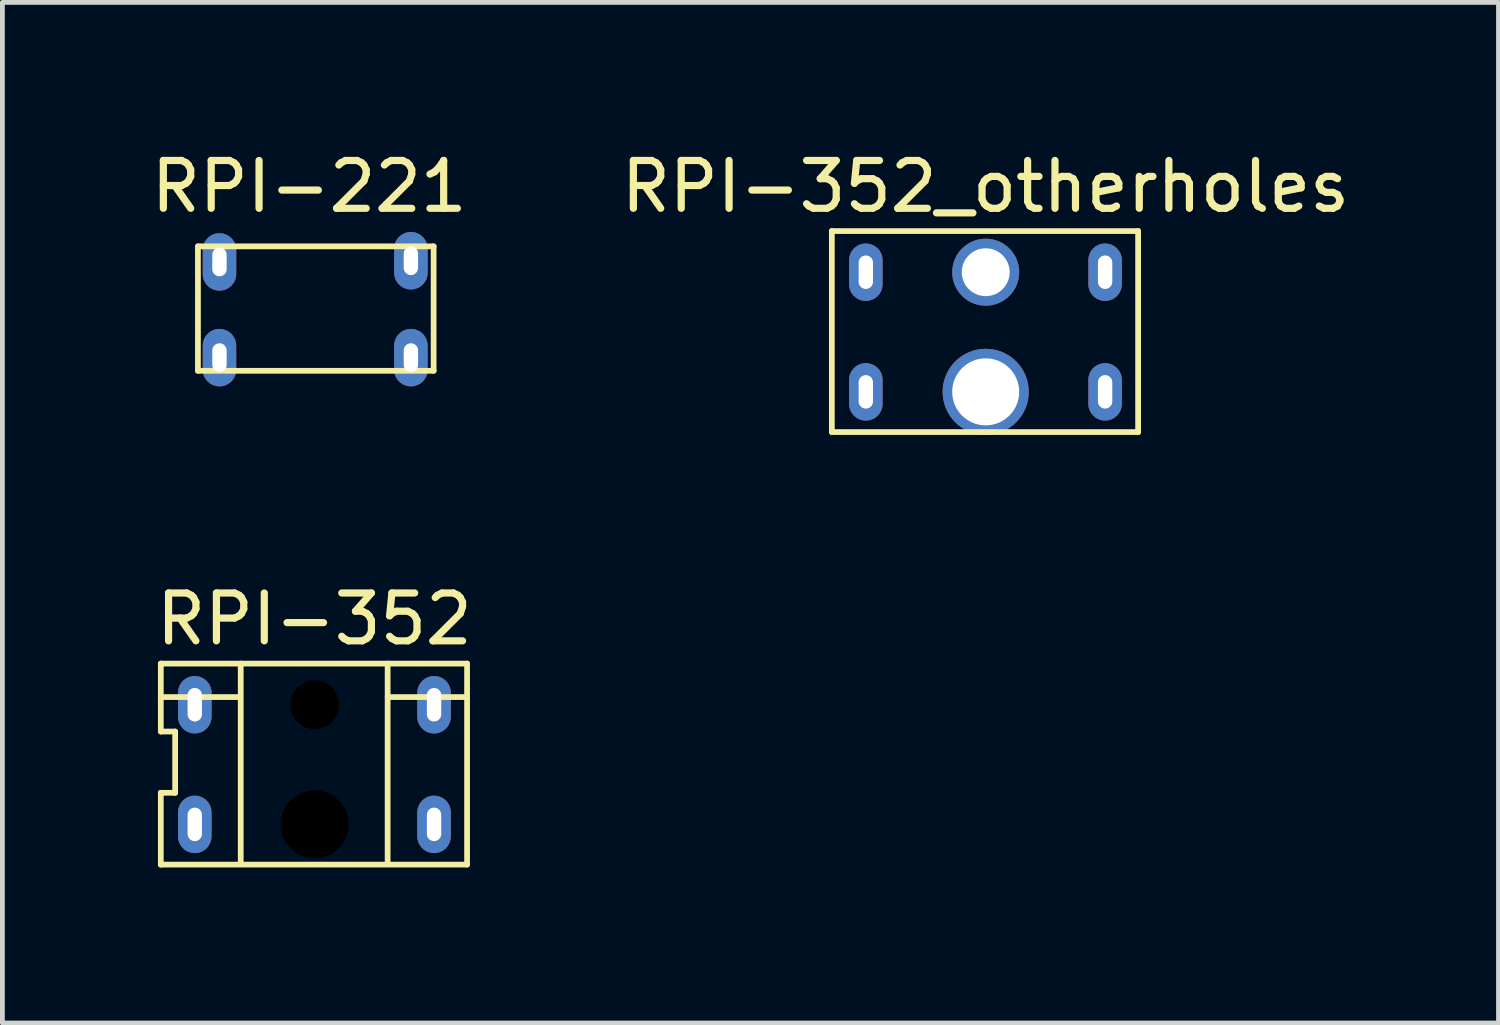
<source format=kicad_pcb>
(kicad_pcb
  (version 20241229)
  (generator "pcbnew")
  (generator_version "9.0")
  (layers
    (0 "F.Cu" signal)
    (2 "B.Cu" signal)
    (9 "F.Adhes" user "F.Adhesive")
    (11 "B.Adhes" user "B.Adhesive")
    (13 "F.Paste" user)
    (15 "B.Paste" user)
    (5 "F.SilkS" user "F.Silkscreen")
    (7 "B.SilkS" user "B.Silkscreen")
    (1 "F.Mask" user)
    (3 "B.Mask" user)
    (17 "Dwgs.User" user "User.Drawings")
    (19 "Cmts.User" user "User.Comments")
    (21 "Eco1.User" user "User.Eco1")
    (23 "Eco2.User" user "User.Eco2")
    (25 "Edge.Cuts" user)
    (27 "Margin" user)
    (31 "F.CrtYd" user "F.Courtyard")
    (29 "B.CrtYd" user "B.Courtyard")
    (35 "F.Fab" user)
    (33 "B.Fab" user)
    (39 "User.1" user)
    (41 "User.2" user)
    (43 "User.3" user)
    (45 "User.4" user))
  (footprint "RPI-221"
    (layer "F.Cu")
    (at 0.936 5.248)
    (property "Reference" "RPI-221" (at 2.475 -4.4 0) (unlocked yes) (layer "F.SilkS") (effects (font (size 1 1) (thickness 0.15))))
    (attr through_hole)
    (fp_line (start 0.15 -3.15) (end 5.075 -3.15) (stroke (width 0.12) (type solid)) (layer "F.SilkS"))
    (fp_line (start 0.15 -0.55) (end 0.15 -3.15) (stroke (width 0.12) (type solid)) (layer "F.SilkS"))
    (fp_line (start 5.075 -3.15) (end 5.075 -0.55) (stroke (width 0.12) (type solid)) (layer "F.SilkS"))
    (fp_line (start 5.075 -0.55) (end 0.15 -0.55) (stroke (width 0.12) (type solid)) (layer "F.SilkS"))
    (pad "1" thru_hole oval (at 0.6 -2.825) (size 0.7 1.2) (drill oval 0.3 0.6) (layers "*.Cu" "*.Mask"))
    (pad "2" thru_hole oval (at 0.6 -0.825) (size 0.7 1.2) (drill oval 0.3 0.6) (layers "*.Cu" "*.Mask"))
    (pad "3" thru_hole oval (at 4.6 -0.825) (size 0.7 1.2) (drill oval 0.3 0.6) (layers "*.Cu" "*.Mask"))
    (pad "4" thru_hole oval (at 4.6 -2.85) (size 0.7 1.2) (drill oval 0.3 0.6) (layers "*.Cu" "*.Mask")))
  (footprint "RPI-352"
    (layer "F.Cu")
    (at 0.25 15.076)
    (property "Reference" "RPI-352" (at 3.27 -5.19 0) (unlocked yes) (layer "F.SilkS") (effects (font (size 1 1) (thickness 0.15))))
    (attr through_hole)
    (fp_line (start 0.06 -4.26) (end 0.06 -2.84) (stroke (width 0.12) (type default)) (layer "F.SilkS"))
    (fp_line (start 0.06 -4.26) (end 6.46 -4.26) (stroke (width 0.12) (type solid)) (layer "F.SilkS"))
    (fp_line (start 0.06 -3.56) (end 1.7 -3.56) (stroke (width 0.12) (type default)) (layer "F.SilkS"))
    (fp_line (start 0.06 -2.84) (end 0.36 -2.84) (stroke (width 0.12) (type default)) (layer "F.SilkS"))
    (fp_line (start 0.06 -1.56) (end 0.36 -1.56) (stroke (width 0.12) (type default)) (layer "F.SilkS"))
    (fp_line (start 0.06 -0.06) (end 0.06 -1.56) (stroke (width 0.12) (type default)) (layer "F.SilkS"))
    (fp_line (start 0.36 -2.84) (end 0.36 -1.56) (stroke (width 0.12) (type default)) (layer "F.SilkS"))
    (fp_line (start 1.73 -4.26) (end 1.73 -0.07) (stroke (width 0.12) (type default)) (layer "F.SilkS"))
    (fp_line (start 4.8 -4.26) (end 4.8 -0.08) (stroke (width 0.12) (type default)) (layer "F.SilkS"))
    (fp_line (start 4.8 -3.56) (end 6.42 -3.56) (stroke (width 0.12) (type default)) (layer "F.SilkS"))
    (fp_line (start 6.46 -4.26) (end 6.46 -0.06) (stroke (width 0.12) (type solid)) (layer "F.SilkS"))
    (fp_line (start 6.46 -0.06) (end 0.06 -0.06) (stroke (width 0.12) (type solid)) (layer "F.SilkS"))
    (pad "" np_thru_hole circle (at 3.275 -3.4) (size 1.02 1.02) (drill 1.02) (layers "*.Mask"))
    (pad "" np_thru_hole circle (at 3.275 -0.9) (size 1.42 1.42) (drill 1.42) (layers "*.Mask"))
    (pad "1" thru_hole oval (at 0.77 -3.4) (size 0.7 1.2) (drill oval 0.3 0.7) (layers "*.Cu" "*.Mask"))
    (pad "2" thru_hole oval (at 0.77 -0.9) (size 0.7 1.2) (drill oval 0.3 0.7) (layers "*.Cu" "*.Mask"))
    (pad "3" thru_hole oval (at 5.77 -0.9) (size 0.7 1.2) (drill oval 0.3 0.7) (layers "*.Cu" "*.Mask"))
    (pad "4" thru_hole oval (at 5.77 -3.4) (size 0.7 1.2) (drill oval 0.3 0.7) (layers "*.Cu" "*.Mask")))
  (footprint "RPI-352_otherholes"
    (layer "F.Cu")
    (at 17.547 2.618)
    (property "Reference" "RPI-352_otherholes" (at -0.005 -1.77 0) (unlocked yes) (layer "F.SilkS") (effects (font (size 1 1) (thickness 0.15))))
    (attr through_hole)
    (fp_line (start -3.215 -0.84) (end 3.185 -0.84) (stroke (width 0.12) (type solid)) (layer "F.SilkS"))
    (fp_line (start -3.215 3.36) (end -3.215 -0.84) (stroke (width 0.12) (type solid)) (layer "F.SilkS"))
    (fp_line (start 3.185 -0.84) (end 3.185 3.36) (stroke (width 0.12) (type solid)) (layer "F.SilkS"))
    (fp_line (start 3.185 3.36) (end -3.215 3.36) (stroke (width 0.12) (type solid)) (layer "F.SilkS"))
    (pad "" thru_hole circle (at 0 0.02) (size 1.4 1.4) (drill 1) (layers "*.Cu" "*.Mask"))
    (pad "" thru_hole circle (at 0 2.52) (size 1.8 1.8) (drill 1.4) (layers "*.Cu" "*.Mask"))
    (pad "1" thru_hole oval (at -2.505 0.02) (size 0.7 1.2) (drill oval 0.3 0.7) (layers "*.Cu" "*.Mask"))
    (pad "2" thru_hole oval (at -2.505 2.52) (size 0.7 1.2) (drill oval 0.3 0.7) (layers "*.Cu" "*.Mask"))
    (pad "3" thru_hole oval (at 2.495 2.52) (size 0.7 1.2) (drill oval 0.3 0.7) (layers "*.Cu" "*.Mask"))
    (pad "4" thru_hole oval (at 2.495 0.02) (size 0.7 1.2) (drill oval 0.3 0.7) (layers "*.Cu" "*.Mask")))
  (gr_rect
    (start -3 -3)
    (end 28.262 18.326)
    (stroke (width 0.1) (type default))
    (fill no)
    (layer "Edge.Cuts")))
</source>
